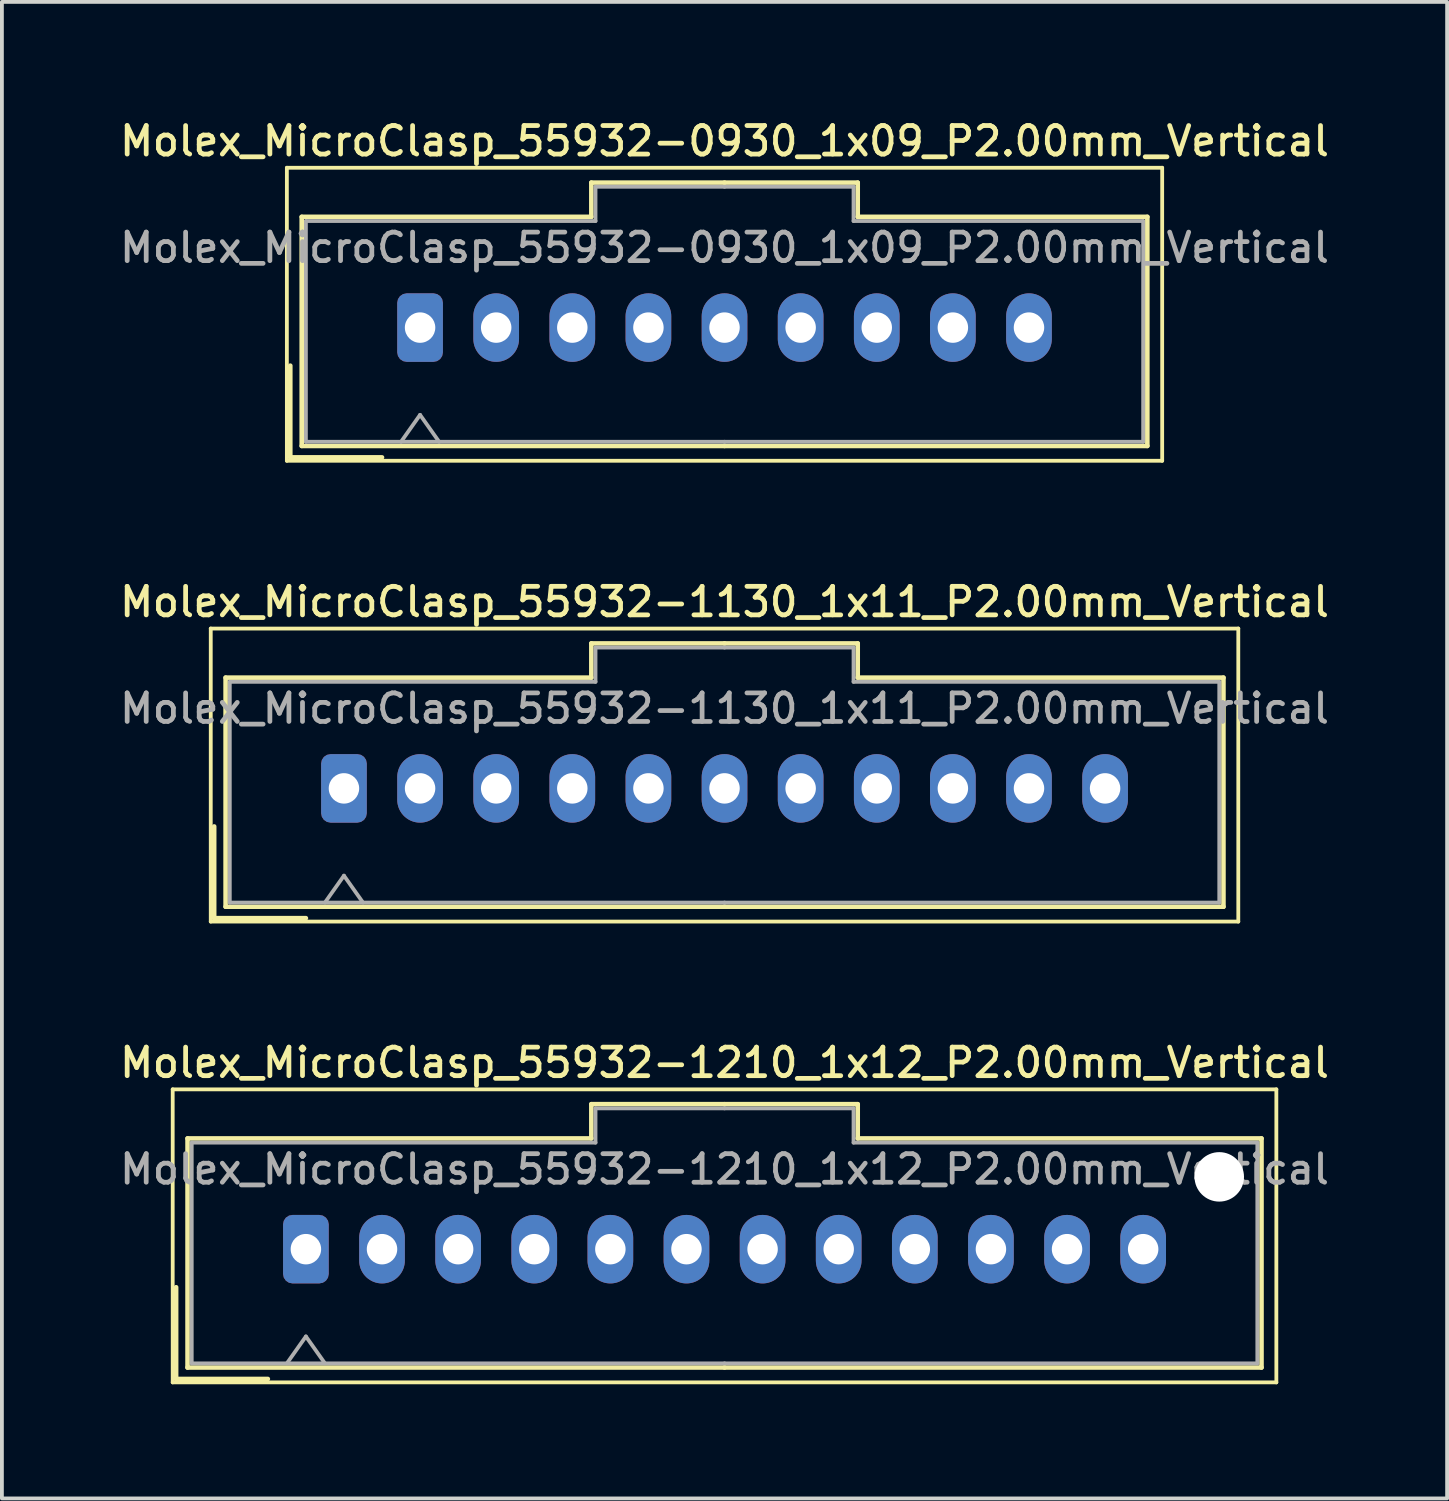
<source format=kicad_pcb>
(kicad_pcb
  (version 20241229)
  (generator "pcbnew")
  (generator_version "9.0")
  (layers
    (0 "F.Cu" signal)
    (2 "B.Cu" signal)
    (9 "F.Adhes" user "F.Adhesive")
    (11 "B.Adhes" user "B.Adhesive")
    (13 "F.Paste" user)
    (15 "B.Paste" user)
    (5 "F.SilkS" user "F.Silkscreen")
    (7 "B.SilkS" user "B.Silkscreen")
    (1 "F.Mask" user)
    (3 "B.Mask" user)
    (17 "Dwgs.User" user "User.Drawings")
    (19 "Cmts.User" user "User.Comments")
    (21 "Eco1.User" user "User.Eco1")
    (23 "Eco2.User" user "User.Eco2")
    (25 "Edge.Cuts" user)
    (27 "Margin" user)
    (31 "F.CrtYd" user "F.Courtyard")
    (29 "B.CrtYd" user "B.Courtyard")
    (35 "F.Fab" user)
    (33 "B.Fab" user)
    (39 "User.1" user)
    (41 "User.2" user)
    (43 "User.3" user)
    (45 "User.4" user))
  (footprint "Molex_MicroClasp_55932-1130_1x11_P2.00mm_Vertical"
    (layer "F.Cu")
    (at 5.988 17.666)
    (property "Reference" "Molex_MicroClasp_55932-1130_1x11_P2.00mm_Vertical" (at 10 -4.9 0) (layer "F.SilkS") (effects (font (size 0.75 0.75) (thickness 0.125))))
    (attr through_hole)
    (fp_line (start -3.5 -4.2) (end -3.5 3.5) (stroke (width 0.1) (type solid)) (layer "F.SilkS"))
    (fp_line (start -3.5 3.5) (end 23.5 3.5) (stroke (width 0.1) (type solid)) (layer "F.SilkS"))
    (fp_line (start -3.41 1) (end -3.41 3.41) (stroke (width 0.12) (type solid)) (layer "F.SilkS"))
    (fp_line (start -3.41 3.41) (end -1 3.41) (stroke (width 0.12) (type solid)) (layer "F.SilkS"))
    (fp_line (start -3.11 -2.91) (end -3.11 3.11) (stroke (width 0.12) (type solid)) (layer "F.SilkS"))
    (fp_line (start -3.11 3.11) (end 10 3.11) (stroke (width 0.12) (type solid)) (layer "F.SilkS"))
    (fp_line (start 6.5 -3.81) (end 6.5 -2.91) (stroke (width 0.12) (type solid)) (layer "F.SilkS"))
    (fp_line (start 6.5 -2.91) (end -3.11 -2.91) (stroke (width 0.12) (type solid)) (layer "F.SilkS"))
    (fp_line (start 10 -3.81) (end 6.5 -3.81) (stroke (width 0.12) (type solid)) (layer "F.SilkS"))
    (fp_line (start 10 -3.81) (end 13.5 -3.81) (stroke (width 0.12) (type solid)) (layer "F.SilkS"))
    (fp_line (start 13.5 -3.81) (end 13.5 -2.91) (stroke (width 0.12) (type solid)) (layer "F.SilkS"))
    (fp_line (start 13.5 -2.91) (end 23.11 -2.91) (stroke (width 0.12) (type solid)) (layer "F.SilkS"))
    (fp_line (start 23.11 -2.91) (end 23.11 3.11) (stroke (width 0.12) (type solid)) (layer "F.SilkS"))
    (fp_line (start 23.11 3.11) (end 10 3.11) (stroke (width 0.12) (type solid)) (layer "F.SilkS"))
    (fp_line (start 23.5 -4.2) (end -3.5 -4.2) (stroke (width 0.1) (type solid)) (layer "F.SilkS"))
    (fp_line (start 23.5 3.5) (end 23.5 -4.2) (stroke (width 0.1) (type solid)) (layer "F.SilkS"))
    (fp_line (start -3 -2.8) (end -3 3) (stroke (width 0.1) (type solid)) (layer "F.Fab"))
    (fp_line (start -3 3) (end 10 3) (stroke (width 0.1) (type solid)) (layer "F.Fab"))
    (fp_line (start -0.5 3) (end 0 2.293) (stroke (width 0.1) (type solid)) (layer "F.Fab"))
    (fp_line (start 0 2.293) (end 0.5 3) (stroke (width 0.1) (type solid)) (layer "F.Fab"))
    (fp_line (start 6.61 -3.7) (end 6.61 -2.8) (stroke (width 0.1) (type solid)) (layer "F.Fab"))
    (fp_line (start 6.61 -2.8) (end -3 -2.8) (stroke (width 0.1) (type solid)) (layer "F.Fab"))
    (fp_line (start 10 -3.7) (end 6.61 -3.7) (stroke (width 0.1) (type solid)) (layer "F.Fab"))
    (fp_line (start 10 -3.7) (end 13.39 -3.7) (stroke (width 0.1) (type solid)) (layer "F.Fab"))
    (fp_line (start 13.39 -3.7) (end 13.39 -2.8) (stroke (width 0.1) (type solid)) (layer "F.Fab"))
    (fp_line (start 13.39 -2.8) (end 23 -2.8) (stroke (width 0.1) (type solid)) (layer "F.Fab"))
    (fp_line (start 23 -2.8) (end 23 3) (stroke (width 0.1) (type solid)) (layer "F.Fab"))
    (fp_line (start 23 3) (end 10 3) (stroke (width 0.1) (type solid)) (layer "F.Fab"))
    (fp_text user "${REFERENCE}" (at 10 -2.1 0) (layer "F.Fab") (effects (font (size 0.75 0.75) (thickness 0.125))))
    (pad "1" thru_hole roundrect (at 0 0) (size 1.2 1.8) (drill 0.8) (layers "*.Cu" "*.Mask") (roundrect_rratio 0.208))
    (pad "2" thru_hole oval (at 2 0) (size 1.2 1.8) (drill 0.8) (layers "*.Cu" "*.Mask"))
    (pad "3" thru_hole oval (at 4 0) (size 1.2 1.8) (drill 0.8) (layers "*.Cu" "*.Mask"))
    (pad "4" thru_hole oval (at 6 0) (size 1.2 1.8) (drill 0.8) (layers "*.Cu" "*.Mask"))
    (pad "5" thru_hole oval (at 8 0) (size 1.2 1.8) (drill 0.8) (layers "*.Cu" "*.Mask"))
    (pad "6" thru_hole oval (at 10 0) (size 1.2 1.8) (drill 0.8) (layers "*.Cu" "*.Mask"))
    (pad "7" thru_hole oval (at 12 0) (size 1.2 1.8) (drill 0.8) (layers "*.Cu" "*.Mask"))
    (pad "8" thru_hole oval (at 14 0) (size 1.2 1.8) (drill 0.8) (layers "*.Cu" "*.Mask"))
    (pad "9" thru_hole oval (at 16 0) (size 1.2 1.8) (drill 0.8) (layers "*.Cu" "*.Mask"))
    (pad "10" thru_hole oval (at 18 0) (size 1.2 1.8) (drill 0.8) (layers "*.Cu" "*.Mask"))
    (pad "11" thru_hole oval (at 20 0) (size 1.2 1.8) (drill 0.8) (layers "*.Cu" "*.Mask")))
  (footprint "Molex_MicroClasp_55932-1210_1x12_P2.00mm_Vertical"
    (layer "F.Cu")
    (at 4.988 29.774)
    (property "Reference" "Molex_MicroClasp_55932-1210_1x12_P2.00mm_Vertical" (at 11 -4.9 0) (layer "F.SilkS") (effects (font (size 0.75 0.75) (thickness 0.125))))
    (attr through_hole)
    (fp_line (start -3.5 -4.2) (end -3.5 3.5) (stroke (width 0.1) (type solid)) (layer "F.SilkS"))
    (fp_line (start -3.5 3.5) (end 25.5 3.5) (stroke (width 0.1) (type solid)) (layer "F.SilkS"))
    (fp_line (start -3.41 1) (end -3.41 3.41) (stroke (width 0.12) (type solid)) (layer "F.SilkS"))
    (fp_line (start -3.41 3.41) (end -1 3.41) (stroke (width 0.12) (type solid)) (layer "F.SilkS"))
    (fp_line (start -3.11 -2.91) (end -3.11 3.11) (stroke (width 0.12) (type solid)) (layer "F.SilkS"))
    (fp_line (start -3.11 3.11) (end 11 3.11) (stroke (width 0.12) (type solid)) (layer "F.SilkS"))
    (fp_line (start 7.5 -3.81) (end 7.5 -2.91) (stroke (width 0.12) (type solid)) (layer "F.SilkS"))
    (fp_line (start 7.5 -2.91) (end -3.11 -2.91) (stroke (width 0.12) (type solid)) (layer "F.SilkS"))
    (fp_line (start 11 -3.81) (end 7.5 -3.81) (stroke (width 0.12) (type solid)) (layer "F.SilkS"))
    (fp_line (start 11 -3.81) (end 14.5 -3.81) (stroke (width 0.12) (type solid)) (layer "F.SilkS"))
    (fp_line (start 14.5 -3.81) (end 14.5 -2.91) (stroke (width 0.12) (type solid)) (layer "F.SilkS"))
    (fp_line (start 14.5 -2.91) (end 25.11 -2.91) (stroke (width 0.12) (type solid)) (layer "F.SilkS"))
    (fp_line (start 25.11 -2.91) (end 25.11 3.11) (stroke (width 0.12) (type solid)) (layer "F.SilkS"))
    (fp_line (start 25.11 3.11) (end 11 3.11) (stroke (width 0.12) (type solid)) (layer "F.SilkS"))
    (fp_line (start 25.5 -4.2) (end -3.5 -4.2) (stroke (width 0.1) (type solid)) (layer "F.SilkS"))
    (fp_line (start 25.5 3.5) (end 25.5 -4.2) (stroke (width 0.1) (type solid)) (layer "F.SilkS"))
    (fp_line (start -3 -2.8) (end -3 3) (stroke (width 0.1) (type solid)) (layer "F.Fab"))
    (fp_line (start -3 3) (end 11 3) (stroke (width 0.1) (type solid)) (layer "F.Fab"))
    (fp_line (start -0.5 3) (end 0 2.293) (stroke (width 0.1) (type solid)) (layer "F.Fab"))
    (fp_line (start 0 2.293) (end 0.5 3) (stroke (width 0.1) (type solid)) (layer "F.Fab"))
    (fp_line (start 7.61 -3.7) (end 7.61 -2.8) (stroke (width 0.1) (type solid)) (layer "F.Fab"))
    (fp_line (start 7.61 -2.8) (end -3 -2.8) (stroke (width 0.1) (type solid)) (layer "F.Fab"))
    (fp_line (start 11 -3.7) (end 7.61 -3.7) (stroke (width 0.1) (type solid)) (layer "F.Fab"))
    (fp_line (start 11 -3.7) (end 14.39 -3.7) (stroke (width 0.1) (type solid)) (layer "F.Fab"))
    (fp_line (start 14.39 -3.7) (end 14.39 -2.8) (stroke (width 0.1) (type solid)) (layer "F.Fab"))
    (fp_line (start 14.39 -2.8) (end 25 -2.8) (stroke (width 0.1) (type solid)) (layer "F.Fab"))
    (fp_line (start 25 -2.8) (end 25 3) (stroke (width 0.1) (type solid)) (layer "F.Fab"))
    (fp_line (start 25 3) (end 11 3) (stroke (width 0.1) (type solid)) (layer "F.Fab"))
    (fp_text user "${REFERENCE}" (at 11 -2.1 0) (layer "F.Fab") (effects (font (size 0.75 0.75) (thickness 0.125))))
    (pad "" np_thru_hole circle (at 24 -1.9) (size 1.3 1.3) (drill 1.3) (layers "*.Cu" "*.Mask"))
    (pad "1" thru_hole roundrect (at 0 0) (size 1.2 1.8) (drill 0.8) (layers "*.Cu" "*.Mask") (roundrect_rratio 0.208))
    (pad "2" thru_hole oval (at 2 0) (size 1.2 1.8) (drill 0.8) (layers "*.Cu" "*.Mask"))
    (pad "3" thru_hole oval (at 4 0) (size 1.2 1.8) (drill 0.8) (layers "*.Cu" "*.Mask"))
    (pad "4" thru_hole oval (at 6 0) (size 1.2 1.8) (drill 0.8) (layers "*.Cu" "*.Mask"))
    (pad "5" thru_hole oval (at 8 0) (size 1.2 1.8) (drill 0.8) (layers "*.Cu" "*.Mask"))
    (pad "6" thru_hole oval (at 10 0) (size 1.2 1.8) (drill 0.8) (layers "*.Cu" "*.Mask"))
    (pad "7" thru_hole oval (at 12 0) (size 1.2 1.8) (drill 0.8) (layers "*.Cu" "*.Mask"))
    (pad "8" thru_hole oval (at 14 0) (size 1.2 1.8) (drill 0.8) (layers "*.Cu" "*.Mask"))
    (pad "9" thru_hole oval (at 16 0) (size 1.2 1.8) (drill 0.8) (layers "*.Cu" "*.Mask"))
    (pad "10" thru_hole oval (at 18 0) (size 1.2 1.8) (drill 0.8) (layers "*.Cu" "*.Mask"))
    (pad "11" thru_hole oval (at 20 0) (size 1.2 1.8) (drill 0.8) (layers "*.Cu" "*.Mask"))
    (pad "12" thru_hole oval (at 22 0) (size 1.2 1.8) (drill 0.8) (layers "*.Cu" "*.Mask")))
  (footprint "Molex_MicroClasp_55932-0930_1x09_P2.00mm_Vertical"
    (layer "F.Cu")
    (at 7.988 5.558)
    (property "Reference" "Molex_MicroClasp_55932-0930_1x09_P2.00mm_Vertical" (at 8 -4.9 0) (layer "F.SilkS") (effects (font (size 0.75 0.75) (thickness 0.125))))
    (attr through_hole)
    (fp_line (start -3.5 -4.2) (end -3.5 3.5) (stroke (width 0.1) (type solid)) (layer "F.SilkS"))
    (fp_line (start -3.5 3.5) (end 19.5 3.5) (stroke (width 0.1) (type solid)) (layer "F.SilkS"))
    (fp_line (start -3.41 1) (end -3.41 3.41) (stroke (width 0.12) (type solid)) (layer "F.SilkS"))
    (fp_line (start -3.41 3.41) (end -1 3.41) (stroke (width 0.12) (type solid)) (layer "F.SilkS"))
    (fp_line (start -3.11 -2.91) (end -3.11 3.11) (stroke (width 0.12) (type solid)) (layer "F.SilkS"))
    (fp_line (start -3.11 3.11) (end 8 3.11) (stroke (width 0.12) (type solid)) (layer "F.SilkS"))
    (fp_line (start 4.5 -3.81) (end 4.5 -2.91) (stroke (width 0.12) (type solid)) (layer "F.SilkS"))
    (fp_line (start 4.5 -2.91) (end -3.11 -2.91) (stroke (width 0.12) (type solid)) (layer "F.SilkS"))
    (fp_line (start 8 -3.81) (end 4.5 -3.81) (stroke (width 0.12) (type solid)) (layer "F.SilkS"))
    (fp_line (start 8 -3.81) (end 11.5 -3.81) (stroke (width 0.12) (type solid)) (layer "F.SilkS"))
    (fp_line (start 11.5 -3.81) (end 11.5 -2.91) (stroke (width 0.12) (type solid)) (layer "F.SilkS"))
    (fp_line (start 11.5 -2.91) (end 19.11 -2.91) (stroke (width 0.12) (type solid)) (layer "F.SilkS"))
    (fp_line (start 19.11 -2.91) (end 19.11 3.11) (stroke (width 0.12) (type solid)) (layer "F.SilkS"))
    (fp_line (start 19.11 3.11) (end 8 3.11) (stroke (width 0.12) (type solid)) (layer "F.SilkS"))
    (fp_line (start 19.5 -4.2) (end -3.5 -4.2) (stroke (width 0.1) (type solid)) (layer "F.SilkS"))
    (fp_line (start 19.5 3.5) (end 19.5 -4.2) (stroke (width 0.1) (type solid)) (layer "F.SilkS"))
    (fp_line (start -3 -2.8) (end -3 3) (stroke (width 0.1) (type solid)) (layer "F.Fab"))
    (fp_line (start -3 3) (end 8 3) (stroke (width 0.1) (type solid)) (layer "F.Fab"))
    (fp_line (start -0.5 3) (end 0 2.293) (stroke (width 0.1) (type solid)) (layer "F.Fab"))
    (fp_line (start 0 2.293) (end 0.5 3) (stroke (width 0.1) (type solid)) (layer "F.Fab"))
    (fp_line (start 4.61 -3.7) (end 4.61 -2.8) (stroke (width 0.1) (type solid)) (layer "F.Fab"))
    (fp_line (start 4.61 -2.8) (end -3 -2.8) (stroke (width 0.1) (type solid)) (layer "F.Fab"))
    (fp_line (start 8 -3.7) (end 4.61 -3.7) (stroke (width 0.1) (type solid)) (layer "F.Fab"))
    (fp_line (start 8 -3.7) (end 11.39 -3.7) (stroke (width 0.1) (type solid)) (layer "F.Fab"))
    (fp_line (start 11.39 -3.7) (end 11.39 -2.8) (stroke (width 0.1) (type solid)) (layer "F.Fab"))
    (fp_line (start 11.39 -2.8) (end 19 -2.8) (stroke (width 0.1) (type solid)) (layer "F.Fab"))
    (fp_line (start 19 -2.8) (end 19 3) (stroke (width 0.1) (type solid)) (layer "F.Fab"))
    (fp_line (start 19 3) (end 8 3) (stroke (width 0.1) (type solid)) (layer "F.Fab"))
    (fp_text user "${REFERENCE}" (at 8 -2.1 0) (layer "F.Fab") (effects (font (size 0.75 0.75) (thickness 0.125))))
    (pad "1" thru_hole roundrect (at 0 0) (size 1.2 1.8) (drill 0.8) (layers "*.Cu" "*.Mask") (roundrect_rratio 0.208))
    (pad "2" thru_hole oval (at 2 0) (size 1.2 1.8) (drill 0.8) (layers "*.Cu" "*.Mask"))
    (pad "3" thru_hole oval (at 4 0) (size 1.2 1.8) (drill 0.8) (layers "*.Cu" "*.Mask"))
    (pad "4" thru_hole oval (at 6 0) (size 1.2 1.8) (drill 0.8) (layers "*.Cu" "*.Mask"))
    (pad "5" thru_hole oval (at 8 0) (size 1.2 1.8) (drill 0.8) (layers "*.Cu" "*.Mask"))
    (pad "6" thru_hole oval (at 10 0) (size 1.2 1.8) (drill 0.8) (layers "*.Cu" "*.Mask"))
    (pad "7" thru_hole oval (at 12 0) (size 1.2 1.8) (drill 0.8) (layers "*.Cu" "*.Mask"))
    (pad "8" thru_hole oval (at 14 0) (size 1.2 1.8) (drill 0.8) (layers "*.Cu" "*.Mask"))
    (pad "9" thru_hole oval (at 16 0) (size 1.2 1.8) (drill 0.8) (layers "*.Cu" "*.Mask")))
  (gr_rect
    (start -3 -3)
    (end 34.975 36.324)
    (stroke (width 0.1) (type default))
    (fill no)
    (layer "Edge.Cuts")))
</source>
